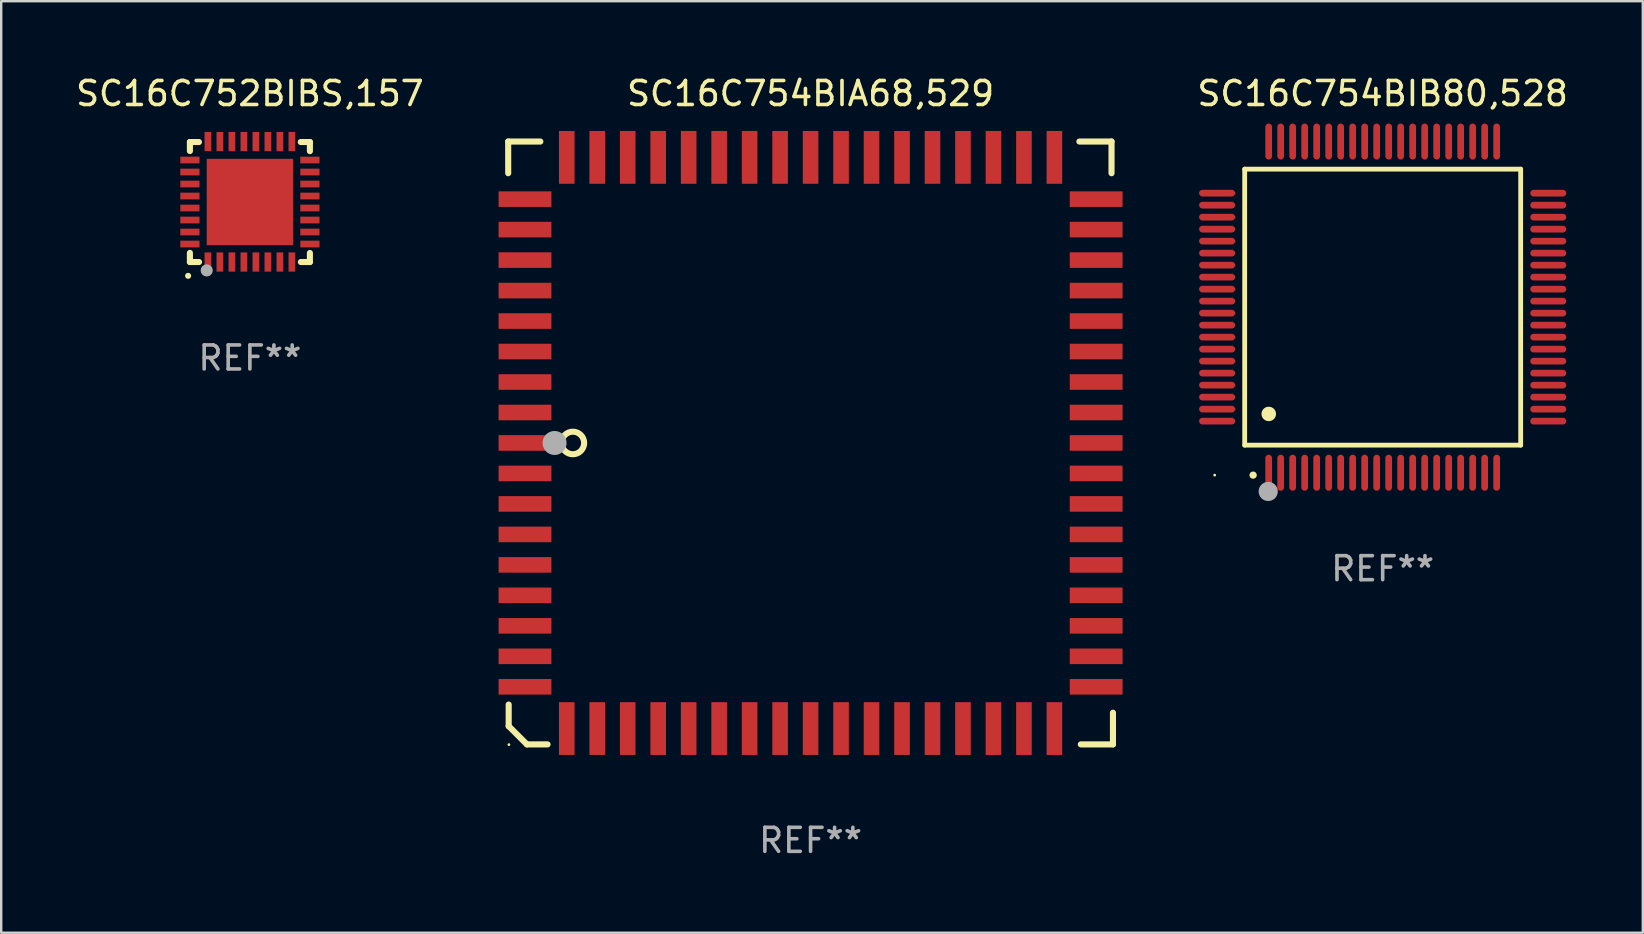
<source format=kicad_pcb>
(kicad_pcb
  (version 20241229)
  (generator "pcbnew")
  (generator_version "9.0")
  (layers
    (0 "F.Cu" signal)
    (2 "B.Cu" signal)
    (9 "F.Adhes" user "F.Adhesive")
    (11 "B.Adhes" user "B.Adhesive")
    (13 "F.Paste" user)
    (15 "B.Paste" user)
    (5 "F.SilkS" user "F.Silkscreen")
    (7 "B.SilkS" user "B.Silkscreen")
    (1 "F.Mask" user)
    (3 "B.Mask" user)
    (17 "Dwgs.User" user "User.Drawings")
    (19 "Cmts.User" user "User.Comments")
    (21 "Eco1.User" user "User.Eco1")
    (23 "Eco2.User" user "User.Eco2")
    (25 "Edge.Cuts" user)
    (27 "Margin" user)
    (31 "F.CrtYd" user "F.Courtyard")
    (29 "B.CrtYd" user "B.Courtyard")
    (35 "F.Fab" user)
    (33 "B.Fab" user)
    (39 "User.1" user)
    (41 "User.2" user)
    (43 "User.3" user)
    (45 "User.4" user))
  (footprint "SC16C754BIA68,529"
    (layer "F.Cu")
    (at 30.726 15.408)
    (property "Reference" "SC16C754BIA68,529" (at 0 -14.56 0) (layer "F.SilkS") (effects (font (size 1 1) (thickness 0.15))))
    (attr through_hole)
    (fp_line (start -12.6 -12.56) (end -12.6 -11.24) (stroke (width 0.254) (type solid)) (layer "F.SilkS"))
    (fp_line (start -12.58 10.9) (end -12.58 11.8) (stroke (width 0.254) (type solid)) (layer "F.SilkS"))
    (fp_line (start -12.58 11.8) (end -11.82 12.56) (stroke (width 0.254) (type solid)) (layer "F.SilkS"))
    (fp_line (start -11.82 12.56) (end -10.96 12.56) (stroke (width 0.254) (type solid)) (layer "F.SilkS"))
    (fp_line (start -11.26 -12.56) (end -12.6 -12.56) (stroke (width 0.254) (type solid)) (layer "F.SilkS"))
    (fp_line (start 11.2 -12.56) (end 12.54 -12.56) (stroke (width 0.254) (type solid)) (layer "F.SilkS"))
    (fp_line (start 11.26 12.56) (end 12.6 12.56) (stroke (width 0.254) (type solid)) (layer "F.SilkS"))
    (fp_line (start 12.54 -12.56) (end 12.54 -11.24) (stroke (width 0.254) (type solid)) (layer "F.SilkS"))
    (fp_line (start 12.6 12.56) (end 12.6 11.24) (stroke (width 0.254) (type solid)) (layer "F.SilkS"))
    (fp_circle (center -12.57 12.57) (end -12.54 12.57) (stroke (width 0.06) (type solid)) (fill no) (layer "F.SilkS"))
    (fp_circle (center -9.906 0) (end -9.436 0) (stroke (width 0.254) (type solid)) (fill no) (layer "F.SilkS"))
    (fp_circle (center -10.668 0) (end -10.418 0) (stroke (width 0.5) (type solid)) (fill no) (layer "F.Fab"))
    (fp_text user "REF**" (at 0 16.56 0) (layer "F.Fab") (effects (font (size 1 1) (thickness 0.15))))
    (pad "1" smd rect (at -11.9 -0.000076 270) (size 0.65 2.2) (layers "F.Cu" "F.Mask" "F.Paste"))
    (pad "2" smd rect (at -11.9 1.27 270) (size 0.65 2.2) (layers "F.Cu" "F.Mask" "F.Paste"))
    (pad "3" smd rect (at -11.9 2.54 270) (size 0.65 2.2) (layers "F.Cu" "F.Mask" "F.Paste"))
    (pad "4" smd rect (at -11.9 3.81 270) (size 0.65 2.2) (layers "F.Cu" "F.Mask" "F.Paste"))
    (pad "5" smd rect (at -11.9 5.08 270) (size 0.65 2.2) (layers "F.Cu" "F.Mask" "F.Paste"))
    (pad "6" smd rect (at -11.9 6.35 270) (size 0.65 2.2) (layers "F.Cu" "F.Mask" "F.Paste"))
    (pad "7" smd rect (at -11.9 7.62 270) (size 0.65 2.2) (layers "F.Cu" "F.Mask" "F.Paste"))
    (pad "8" smd rect (at -11.9 8.89 270) (size 0.65 2.2) (layers "F.Cu" "F.Mask" "F.Paste"))
    (pad "9" smd rect (at -11.9 10.16 270) (size 0.65 2.2) (layers "F.Cu" "F.Mask" "F.Paste"))
    (pad "10" smd rect (at -10.16 11.9 270) (size 2.2 0.65) (layers "F.Cu" "F.Mask" "F.Paste"))
    (pad "11" smd rect (at -8.89 11.9 270) (size 2.2 0.65) (layers "F.Cu" "F.Mask" "F.Paste"))
    (pad "12" smd rect (at -7.62 11.9 270) (size 2.2 0.65) (layers "F.Cu" "F.Mask" "F.Paste"))
    (pad "13" smd rect (at -6.35 11.9 270) (size 2.2 0.65) (layers "F.Cu" "F.Mask" "F.Paste"))
    (pad "14" smd rect (at -5.08 11.9 270) (size 2.2 0.65) (layers "F.Cu" "F.Mask" "F.Paste"))
    (pad "15" smd rect (at -3.81 11.9 270) (size 2.2 0.65) (layers "F.Cu" "F.Mask" "F.Paste"))
    (pad "16" smd rect (at -2.54 11.9 270) (size 2.2 0.65) (layers "F.Cu" "F.Mask" "F.Paste"))
    (pad "17" smd rect (at -1.27 11.9 270) (size 2.2 0.65) (layers "F.Cu" "F.Mask" "F.Paste"))
    (pad "18" smd rect (at 0 11.9 270) (size 2.2 0.65) (layers "F.Cu" "F.Mask" "F.Paste"))
    (pad "19" smd rect (at 1.27 11.9 270) (size 2.2 0.65) (layers "F.Cu" "F.Mask" "F.Paste"))
    (pad "20" smd rect (at 2.54 11.9 270) (size 2.2 0.65) (layers "F.Cu" "F.Mask" "F.Paste"))
    (pad "21" smd rect (at 3.81 11.9 270) (size 2.2 0.65) (layers "F.Cu" "F.Mask" "F.Paste"))
    (pad "22" smd rect (at 5.08 11.9 270) (size 2.2 0.65) (layers "F.Cu" "F.Mask" "F.Paste"))
    (pad "23" smd rect (at 6.35 11.9 270) (size 2.2 0.65) (layers "F.Cu" "F.Mask" "F.Paste"))
    (pad "24" smd rect (at 7.62 11.9 270) (size 2.2 0.65) (layers "F.Cu" "F.Mask" "F.Paste"))
    (pad "25" smd rect (at 8.89 11.9 270) (size 2.2 0.65) (layers "F.Cu" "F.Mask" "F.Paste"))
    (pad "26" smd rect (at 10.16 11.9 270) (size 2.2 0.65) (layers "F.Cu" "F.Mask" "F.Paste"))
    (pad "27" smd rect (at 11.9 10.16 270) (size 0.65 2.2) (layers "F.Cu" "F.Mask" "F.Paste"))
    (pad "28" smd rect (at 11.9 8.89 270) (size 0.65 2.2) (layers "F.Cu" "F.Mask" "F.Paste"))
    (pad "29" smd rect (at 11.9 7.62 270) (size 0.65 2.2) (layers "F.Cu" "F.Mask" "F.Paste"))
    (pad "30" smd rect (at 11.9 6.35 270) (size 0.65 2.2) (layers "F.Cu" "F.Mask" "F.Paste"))
    (pad "31" smd rect (at 11.9 5.08 270) (size 0.65 2.2) (layers "F.Cu" "F.Mask" "F.Paste"))
    (pad "32" smd rect (at 11.9 3.81 270) (size 0.65 2.2) (layers "F.Cu" "F.Mask" "F.Paste"))
    (pad "33" smd rect (at 11.9 2.54 270) (size 0.65 2.2) (layers "F.Cu" "F.Mask" "F.Paste"))
    (pad "34" smd rect (at 11.9 1.27 270) (size 0.65 2.2) (layers "F.Cu" "F.Mask" "F.Paste"))
    (pad "35" smd rect (at 11.9 -0.000076 270) (size 0.65 2.2) (layers "F.Cu" "F.Mask" "F.Paste"))
    (pad "36" smd rect (at 11.9 -1.27 270) (size 0.65 2.2) (layers "F.Cu" "F.Mask" "F.Paste"))
    (pad "37" smd rect (at 11.9 -2.54 270) (size 0.65 2.2) (layers "F.Cu" "F.Mask" "F.Paste"))
    (pad "38" smd rect (at 11.9 -3.81 270) (size 0.65 2.2) (layers "F.Cu" "F.Mask" "F.Paste"))
    (pad "39" smd rect (at 11.9 -5.08 270) (size 0.65 2.2) (layers "F.Cu" "F.Mask" "F.Paste"))
    (pad "40" smd rect (at 11.9 -6.35 270) (size 0.65 2.2) (layers "F.Cu" "F.Mask" "F.Paste"))
    (pad "41" smd rect (at 11.9 -7.62 270) (size 0.65 2.2) (layers "F.Cu" "F.Mask" "F.Paste"))
    (pad "42" smd rect (at 11.9 -8.89 270) (size 0.65 2.2) (layers "F.Cu" "F.Mask" "F.Paste"))
    (pad "43" smd rect (at 11.9 -10.16 270) (size 0.65 2.2) (layers "F.Cu" "F.Mask" "F.Paste"))
    (pad "44" smd rect (at 10.16 -11.9 270) (size 2.2 0.65) (layers "F.Cu" "F.Mask" "F.Paste"))
    (pad "45" smd rect (at 8.89 -11.9 270) (size 2.2 0.65) (layers "F.Cu" "F.Mask" "F.Paste"))
    (pad "46" smd rect (at 7.62 -11.9 270) (size 2.2 0.65) (layers "F.Cu" "F.Mask" "F.Paste"))
    (pad "47" smd rect (at 6.35 -11.9 270) (size 2.2 0.65) (layers "F.Cu" "F.Mask" "F.Paste"))
    (pad "48" smd rect (at 5.08 -11.9 270) (size 2.2 0.65) (layers "F.Cu" "F.Mask" "F.Paste"))
    (pad "49" smd rect (at 3.81 -11.9 270) (size 2.2 0.65) (layers "F.Cu" "F.Mask" "F.Paste"))
    (pad "50" smd rect (at 2.54 -11.9 270) (size 2.2 0.65) (layers "F.Cu" "F.Mask" "F.Paste"))
    (pad "51" smd rect (at 1.27 -11.9 270) (size 2.2 0.65) (layers "F.Cu" "F.Mask" "F.Paste"))
    (pad "52" smd rect (at 0 -11.9 270) (size 2.2 0.65) (layers "F.Cu" "F.Mask" "F.Paste"))
    (pad "53" smd rect (at -1.27 -11.9 270) (size 2.2 0.65) (layers "F.Cu" "F.Mask" "F.Paste"))
    (pad "54" smd rect (at -2.54 -11.9 270) (size 2.2 0.65) (layers "F.Cu" "F.Mask" "F.Paste"))
    (pad "55" smd rect (at -3.81 -11.9 270) (size 2.2 0.65) (layers "F.Cu" "F.Mask" "F.Paste"))
    (pad "56" smd rect (at -5.08 -11.9 270) (size 2.2 0.65) (layers "F.Cu" "F.Mask" "F.Paste"))
    (pad "57" smd rect (at -6.35 -11.9 270) (size 2.2 0.65) (layers "F.Cu" "F.Mask" "F.Paste"))
    (pad "58" smd rect (at -7.62 -11.9 270) (size 2.2 0.65) (layers "F.Cu" "F.Mask" "F.Paste"))
    (pad "59" smd rect (at -8.89 -11.9 270) (size 2.2 0.65) (layers "F.Cu" "F.Mask" "F.Paste"))
    (pad "60" smd rect (at -10.16 -11.9 270) (size 2.2 0.65) (layers "F.Cu" "F.Mask" "F.Paste"))
    (pad "61" smd rect (at -11.9 -10.16 270) (size 0.65 2.2) (layers "F.Cu" "F.Mask" "F.Paste"))
    (pad "62" smd rect (at -11.9 -8.89 270) (size 0.65 2.2) (layers "F.Cu" "F.Mask" "F.Paste"))
    (pad "63" smd rect (at -11.9 -7.62 270) (size 0.65 2.2) (layers "F.Cu" "F.Mask" "F.Paste"))
    (pad "64" smd rect (at -11.9 -6.35 270) (size 0.65 2.2) (layers "F.Cu" "F.Mask" "F.Paste"))
    (pad "65" smd rect (at -11.9 -5.08 270) (size 0.65 2.2) (layers "F.Cu" "F.Mask" "F.Paste"))
    (pad "66" smd rect (at -11.9 -3.81 270) (size 0.65 2.2) (layers "F.Cu" "F.Mask" "F.Paste"))
    (pad "67" smd rect (at -11.9 -2.54 270) (size 0.65 2.2) (layers "F.Cu" "F.Mask" "F.Paste"))
    (pad "68" smd rect (at -11.9 -1.27 270) (size 0.65 2.2) (layers "F.Cu" "F.Mask" "F.Paste")))
  (footprint "SC16C752BIBS,157"
    (layer "F.Cu")
    (at 7.363 5.358)
    (property "Reference" "SC16C752BIBS,157" (at 0 -4.51 0) (layer "F.SilkS") (effects (font (size 1 1) (thickness 0.15))))
    (attr through_hole)
    (fp_line (start -2.5 -2.49) (end -2.124 -2.49) (stroke (width 0.254) (type solid)) (layer "F.SilkS"))
    (fp_line (start -2.5 -2.114) (end -2.5 -2.49) (stroke (width 0.254) (type solid)) (layer "F.SilkS"))
    (fp_line (start -2.5 2.51) (end -2.5 2.129) (stroke (width 0.254) (type solid)) (layer "F.SilkS"))
    (fp_line (start -2.5 2.51) (end -2.119 2.51) (stroke (width 0.254) (type solid)) (layer "F.SilkS"))
    (fp_line (start 2.119 -2.49) (end 2.5 -2.49) (stroke (width 0.254) (type solid)) (layer "F.SilkS"))
    (fp_line (start 2.124 2.51) (end 2.5 2.51) (stroke (width 0.254) (type solid)) (layer "F.SilkS"))
    (fp_line (start 2.5 -2.49) (end 2.5 -2.109) (stroke (width 0.254) (type solid)) (layer "F.SilkS"))
    (fp_line (start 2.5 2.134) (end 2.5 2.51) (stroke (width 0.254) (type solid)) (layer "F.SilkS"))
    (fp_arc (start -2.57554 3.086005) (mid -2.57427 3.085999) (end -2.573 3.086005) (stroke (width 0.25) (type solid)) (layer "F.SilkS"))
    (fp_circle (center -2.5 2.5) (end -2.45 2.5) (stroke (width 0.1) (type solid)) (fill no) (layer "F.SilkS"))
    (fp_circle (center -1.8 2.86) (end -1.673 2.86) (stroke (width 0.254) (type solid)) (fill no) (layer "F.Fab"))
    (fp_text user "REF**" (at 0 6.51 0) (layer "F.Fab") (effects (font (size 1 1) (thickness 0.15))))
    (pad "1" smd rect (at -1.75 2.51) (size 0.28 0.8) (layers "F.Cu" "F.Mask" "F.Paste"))
    (pad "2" smd rect (at -1.25 2.51) (size 0.28 0.8) (layers "F.Cu" "F.Mask" "F.Paste"))
    (pad "3" smd rect (at -0.75 2.51) (size 0.28 0.8) (layers "F.Cu" "F.Mask" "F.Paste"))
    (pad "4" smd rect (at -0.25 2.51) (size 0.28 0.8) (layers "F.Cu" "F.Mask" "F.Paste"))
    (pad "5" smd rect (at 0.25 2.51) (size 0.28 0.8) (layers "F.Cu" "F.Mask" "F.Paste"))
    (pad "6" smd rect (at 0.75 2.51) (size 0.28 0.8) (layers "F.Cu" "F.Mask" "F.Paste"))
    (pad "7" smd rect (at 1.25 2.51) (size 0.28 0.8) (layers "F.Cu" "F.Mask" "F.Paste"))
    (pad "8" smd rect (at 1.75 2.51) (size 0.28 0.8) (layers "F.Cu" "F.Mask" "F.Paste"))
    (pad "9" smd rect (at 2.5 1.76) (size 0.8 0.28) (layers "F.Cu" "F.Mask" "F.Paste"))
    (pad "10" smd rect (at 2.5 1.26) (size 0.8 0.28) (layers "F.Cu" "F.Mask" "F.Paste"))
    (pad "11" smd rect (at 2.5 0.76) (size 0.8 0.28) (layers "F.Cu" "F.Mask" "F.Paste"))
    (pad "12" smd rect (at 2.5 0.26) (size 0.8 0.28) (layers "F.Cu" "F.Mask" "F.Paste"))
    (pad "13" smd rect (at 2.5 -0.24) (size 0.8 0.28) (layers "F.Cu" "F.Mask" "F.Paste"))
    (pad "14" smd rect (at 2.5 -0.74) (size 0.8 0.28) (layers "F.Cu" "F.Mask" "F.Paste"))
    (pad "15" smd rect (at 2.5 -1.24) (size 0.8 0.28) (layers "F.Cu" "F.Mask" "F.Paste"))
    (pad "16" smd rect (at 2.5 -1.74) (size 0.8 0.28) (layers "F.Cu" "F.Mask" "F.Paste"))
    (pad "17" smd rect (at 1.75 -2.51) (size 0.28 0.8) (layers "F.Cu" "F.Mask" "F.Paste"))
    (pad "18" smd rect (at 1.25 -2.51) (size 0.28 0.8) (layers "F.Cu" "F.Mask" "F.Paste"))
    (pad "19" smd rect (at 0.75 -2.51) (size 0.28 0.8) (layers "F.Cu" "F.Mask" "F.Paste"))
    (pad "20" smd rect (at 0.25 -2.51) (size 0.28 0.8) (layers "F.Cu" "F.Mask" "F.Paste"))
    (pad "21" smd rect (at -0.25 -2.51) (size 0.28 0.8) (layers "F.Cu" "F.Mask" "F.Paste"))
    (pad "22" smd rect (at -0.75 -2.51) (size 0.28 0.8) (layers "F.Cu" "F.Mask" "F.Paste"))
    (pad "23" smd rect (at -1.25 -2.51) (size 0.28 0.8) (layers "F.Cu" "F.Mask" "F.Paste"))
    (pad "24" smd rect (at -1.75 -2.51) (size 0.28 0.8) (layers "F.Cu" "F.Mask" "F.Paste"))
    (pad "25" smd rect (at -2.5 -1.74) (size 0.8 0.28) (layers "F.Cu" "F.Mask" "F.Paste"))
    (pad "26" smd rect (at -2.5 -1.24) (size 0.8 0.28) (layers "F.Cu" "F.Mask" "F.Paste"))
    (pad "27" smd rect (at -2.5 -0.74) (size 0.8 0.28) (layers "F.Cu" "F.Mask" "F.Paste"))
    (pad "28" smd rect (at -2.5 -0.24) (size 0.8 0.28) (layers "F.Cu" "F.Mask" "F.Paste"))
    (pad "29" smd rect (at -2.5 0.26) (size 0.8 0.28) (layers "F.Cu" "F.Mask" "F.Paste"))
    (pad "30" smd rect (at -2.5 0.76) (size 0.8 0.28) (layers "F.Cu" "F.Mask" "F.Paste"))
    (pad "31" smd rect (at -2.5 1.26) (size 0.8 0.28) (layers "F.Cu" "F.Mask" "F.Paste"))
    (pad "32" smd rect (at -2.5 1.76) (size 0.8 0.28) (layers "F.Cu" "F.Mask" "F.Paste"))
    (pad "33" smd rect (at 0.000102 0.01) (size 3.6 3.6) (layers "F.Cu" "F.Mask" "F.Paste")))
  (footprint "SC16C754BIB80,528"
    (layer "F.Cu")
    (at 54.565 9.748)
    (property "Reference" "SC16C754BIB80,528" (at 0 -8.9 0) (layer "F.SilkS") (effects (font (size 1 1) (thickness 0.15))))
    (attr through_hole)
    (fp_line (start -5.75 -5.75) (end 5.75 -5.75) (stroke (width 0.2) (type solid)) (layer "F.SilkS"))
    (fp_line (start -5.75 5.75) (end -5.75 -5.75) (stroke (width 0.2) (type solid)) (layer "F.SilkS"))
    (fp_line (start 5.75 -5.75) (end 5.75 5.75) (stroke (width 0.2) (type solid)) (layer "F.SilkS"))
    (fp_line (start 5.75 5.75) (end -5.75 5.75) (stroke (width 0.2) (type solid)) (layer "F.SilkS"))
    (fp_arc (start -5.400051 7.000254) (mid -5.398781 7.000249) (end -5.397511 7.000254) (stroke (width 0.3) (type solid)) (layer "F.SilkS"))
    (fp_arc (start -4.749809 4.450089) (mid -4.747269 4.450078) (end -4.744729 4.450089) (stroke (width 0.6) (type solid)) (layer "F.SilkS"))
    (fp_circle (center -7 7) (end -6.97 7) (stroke (width 0.06) (type solid)) (fill no) (layer "F.SilkS"))
    (fp_circle (center -4.77 7.68) (end -4.57 7.68) (stroke (width 0.4) (type solid)) (fill no) (layer "F.Fab"))
    (fp_text user "REF**" (at 0 10.9 0) (layer "F.Fab") (effects (font (size 1 1) (thickness 0.15))))
    (pad "1" smd oval (at -4.75 6.9) (size 0.28 1.5) (layers "F.Cu" "F.Mask" "F.Paste"))
    (pad "2" smd oval (at -4.25 6.9) (size 0.28 1.5) (layers "F.Cu" "F.Mask" "F.Paste"))
    (pad "3" smd oval (at -3.75 6.9) (size 0.28 1.5) (layers "F.Cu" "F.Mask" "F.Paste"))
    (pad "4" smd oval (at -3.25 6.9) (size 0.28 1.5) (layers "F.Cu" "F.Mask" "F.Paste"))
    (pad "5" smd oval (at -2.75 6.9) (size 0.28 1.5) (layers "F.Cu" "F.Mask" "F.Paste"))
    (pad "6" smd oval (at -2.25 6.9) (size 0.28 1.5) (layers "F.Cu" "F.Mask" "F.Paste"))
    (pad "7" smd oval (at -1.75 6.9) (size 0.28 1.5) (layers "F.Cu" "F.Mask" "F.Paste"))
    (pad "8" smd oval (at -1.25 6.9) (size 0.28 1.5) (layers "F.Cu" "F.Mask" "F.Paste"))
    (pad "9" smd oval (at -0.75 6.9) (size 0.28 1.5) (layers "F.Cu" "F.Mask" "F.Paste"))
    (pad "10" smd oval (at -0.25 6.9) (size 0.28 1.5) (layers "F.Cu" "F.Mask" "F.Paste"))
    (pad "11" smd oval (at 0.25 6.9) (size 0.28 1.5) (layers "F.Cu" "F.Mask" "F.Paste"))
    (pad "12" smd oval (at 0.75 6.9) (size 0.28 1.5) (layers "F.Cu" "F.Mask" "F.Paste"))
    (pad "13" smd oval (at 1.25 6.9) (size 0.28 1.5) (layers "F.Cu" "F.Mask" "F.Paste"))
    (pad "14" smd oval (at 1.75 6.9) (size 0.28 1.5) (layers "F.Cu" "F.Mask" "F.Paste"))
    (pad "15" smd oval (at 2.25 6.9) (size 0.28 1.5) (layers "F.Cu" "F.Mask" "F.Paste"))
    (pad "16" smd oval (at 2.75 6.9) (size 0.28 1.5) (layers "F.Cu" "F.Mask" "F.Paste"))
    (pad "17" smd oval (at 3.25 6.9) (size 0.28 1.5) (layers "F.Cu" "F.Mask" "F.Paste"))
    (pad "18" smd oval (at 3.75 6.9) (size 0.28 1.5) (layers "F.Cu" "F.Mask" "F.Paste"))
    (pad "19" smd oval (at 4.25 6.9) (size 0.28 1.5) (layers "F.Cu" "F.Mask" "F.Paste"))
    (pad "20" smd oval (at 4.75 6.9) (size 0.28 1.5) (layers "F.Cu" "F.Mask" "F.Paste"))
    (pad "21" smd oval (at 6.9 4.75) (size 1.5 0.28) (layers "F.Cu" "F.Mask" "F.Paste"))
    (pad "22" smd oval (at 6.9 4.25) (size 1.5 0.28) (layers "F.Cu" "F.Mask" "F.Paste"))
    (pad "23" smd oval (at 6.9 3.75) (size 1.5 0.28) (layers "F.Cu" "F.Mask" "F.Paste"))
    (pad "24" smd oval (at 6.9 3.25) (size 1.5 0.28) (layers "F.Cu" "F.Mask" "F.Paste"))
    (pad "25" smd oval (at 6.9 2.75) (size 1.5 0.28) (layers "F.Cu" "F.Mask" "F.Paste"))
    (pad "26" smd oval (at 6.9 2.25) (size 1.5 0.28) (layers "F.Cu" "F.Mask" "F.Paste"))
    (pad "27" smd oval (at 6.9 1.75) (size 1.5 0.28) (layers "F.Cu" "F.Mask" "F.Paste"))
    (pad "28" smd oval (at 6.9 1.25) (size 1.5 0.28) (layers "F.Cu" "F.Mask" "F.Paste"))
    (pad "29" smd oval (at 6.9 0.75) (size 1.5 0.28) (layers "F.Cu" "F.Mask" "F.Paste"))
    (pad "30" smd oval (at 6.9 0.25) (size 1.5 0.28) (layers "F.Cu" "F.Mask" "F.Paste"))
    (pad "31" smd oval (at 6.9 -0.25) (size 1.5 0.28) (layers "F.Cu" "F.Mask" "F.Paste"))
    (pad "32" smd oval (at 6.9 -0.75) (size 1.5 0.28) (layers "F.Cu" "F.Mask" "F.Paste"))
    (pad "33" smd oval (at 6.9 -1.25) (size 1.5 0.28) (layers "F.Cu" "F.Mask" "F.Paste"))
    (pad "34" smd oval (at 6.9 -1.75) (size 1.5 0.28) (layers "F.Cu" "F.Mask" "F.Paste"))
    (pad "35" smd oval (at 6.9 -2.25) (size 1.5 0.28) (layers "F.Cu" "F.Mask" "F.Paste"))
    (pad "36" smd oval (at 6.9 -2.75) (size 1.5 0.28) (layers "F.Cu" "F.Mask" "F.Paste"))
    (pad "37" smd oval (at 6.9 -3.25) (size 1.5 0.28) (layers "F.Cu" "F.Mask" "F.Paste"))
    (pad "38" smd oval (at 6.9 -3.75) (size 1.5 0.28) (layers "F.Cu" "F.Mask" "F.Paste"))
    (pad "39" smd oval (at 6.9 -4.25) (size 1.5 0.28) (layers "F.Cu" "F.Mask" "F.Paste"))
    (pad "40" smd oval (at 6.9 -4.75) (size 1.5 0.28) (layers "F.Cu" "F.Mask" "F.Paste"))
    (pad "41" smd oval (at 4.75 -6.9) (size 0.28 1.5) (layers "F.Cu" "F.Mask" "F.Paste"))
    (pad "42" smd oval (at 4.25 -6.9) (size 0.28 1.5) (layers "F.Cu" "F.Mask" "F.Paste"))
    (pad "43" smd oval (at 3.75 -6.9) (size 0.28 1.5) (layers "F.Cu" "F.Mask" "F.Paste"))
    (pad "44" smd oval (at 3.25 -6.9) (size 0.28 1.5) (layers "F.Cu" "F.Mask" "F.Paste"))
    (pad "45" smd oval (at 2.75 -6.9) (size 0.28 1.5) (layers "F.Cu" "F.Mask" "F.Paste"))
    (pad "46" smd oval (at 2.25 -6.9) (size 0.28 1.5) (layers "F.Cu" "F.Mask" "F.Paste"))
    (pad "47" smd oval (at 1.75 -6.9) (size 0.28 1.5) (layers "F.Cu" "F.Mask" "F.Paste"))
    (pad "48" smd oval (at 1.25 -6.9) (size 0.28 1.5) (layers "F.Cu" "F.Mask" "F.Paste"))
    (pad "49" smd oval (at 0.75 -6.9) (size 0.28 1.5) (layers "F.Cu" "F.Mask" "F.Paste"))
    (pad "50" smd oval (at 0.25 -6.9) (size 0.28 1.5) (layers "F.Cu" "F.Mask" "F.Paste"))
    (pad "51" smd oval (at -0.25 -6.9) (size 0.28 1.5) (layers "F.Cu" "F.Mask" "F.Paste"))
    (pad "52" smd oval (at -0.75 -6.9) (size 0.28 1.5) (layers "F.Cu" "F.Mask" "F.Paste"))
    (pad "53" smd oval (at -1.25 -6.9) (size 0.28 1.5) (layers "F.Cu" "F.Mask" "F.Paste"))
    (pad "54" smd oval (at -1.75 -6.9) (size 0.28 1.5) (layers "F.Cu" "F.Mask" "F.Paste"))
    (pad "55" smd oval (at -2.25 -6.9) (size 0.28 1.5) (layers "F.Cu" "F.Mask" "F.Paste"))
    (pad "56" smd oval (at -2.75 -6.9) (size 0.28 1.5) (layers "F.Cu" "F.Mask" "F.Paste"))
    (pad "57" smd oval (at -3.25 -6.9) (size 0.28 1.5) (layers "F.Cu" "F.Mask" "F.Paste"))
    (pad "58" smd oval (at -3.75 -6.9) (size 0.28 1.5) (layers "F.Cu" "F.Mask" "F.Paste"))
    (pad "59" smd oval (at -4.25 -6.9) (size 0.28 1.5) (layers "F.Cu" "F.Mask" "F.Paste"))
    (pad "60" smd oval (at -4.75 -6.9) (size 0.28 1.5) (layers "F.Cu" "F.Mask" "F.Paste"))
    (pad "61" smd oval (at -6.9 -4.75) (size 1.5 0.28) (layers "F.Cu" "F.Mask" "F.Paste"))
    (pad "62" smd oval (at -6.9 -4.25) (size 1.5 0.28) (layers "F.Cu" "F.Mask" "F.Paste"))
    (pad "63" smd oval (at -6.9 -3.75) (size 1.5 0.28) (layers "F.Cu" "F.Mask" "F.Paste"))
    (pad "64" smd oval (at -6.9 -3.25) (size 1.5 0.28) (layers "F.Cu" "F.Mask" "F.Paste"))
    (pad "65" smd oval (at -6.9 -2.75) (size 1.5 0.28) (layers "F.Cu" "F.Mask" "F.Paste"))
    (pad "66" smd oval (at -6.9 -2.25) (size 1.5 0.28) (layers "F.Cu" "F.Mask" "F.Paste"))
    (pad "67" smd oval (at -6.9 -1.75) (size 1.5 0.28) (layers "F.Cu" "F.Mask" "F.Paste"))
    (pad "68" smd oval (at -6.9 -1.25) (size 1.5 0.28) (layers "F.Cu" "F.Mask" "F.Paste"))
    (pad "69" smd oval (at -6.9 -0.75) (size 1.5 0.28) (layers "F.Cu" "F.Mask" "F.Paste"))
    (pad "70" smd oval (at -6.9 -0.25) (size 1.5 0.28) (layers "F.Cu" "F.Mask" "F.Paste"))
    (pad "71" smd oval (at -6.9 0.25) (size 1.5 0.28) (layers "F.Cu" "F.Mask" "F.Paste"))
    (pad "72" smd oval (at -6.9 0.75) (size 1.5 0.28) (layers "F.Cu" "F.Mask" "F.Paste"))
    (pad "73" smd oval (at -6.9 1.25) (size 1.5 0.28) (layers "F.Cu" "F.Mask" "F.Paste"))
    (pad "74" smd oval (at -6.9 1.75) (size 1.5 0.28) (layers "F.Cu" "F.Mask" "F.Paste"))
    (pad "75" smd oval (at -6.9 2.25) (size 1.5 0.28) (layers "F.Cu" "F.Mask" "F.Paste"))
    (pad "76" smd oval (at -6.9 2.75) (size 1.5 0.28) (layers "F.Cu" "F.Mask" "F.Paste"))
    (pad "77" smd oval (at -6.9 3.25) (size 1.5 0.28) (layers "F.Cu" "F.Mask" "F.Paste"))
    (pad "78" smd oval (at -6.9 3.75) (size 1.5 0.28) (layers "F.Cu" "F.Mask" "F.Paste"))
    (pad "79" smd oval (at -6.9 4.25) (size 1.5 0.28) (layers "F.Cu" "F.Mask" "F.Paste"))
    (pad "80" smd oval (at -6.9 4.75) (size 1.5 0.28) (layers "F.Cu" "F.Mask" "F.Paste")))
  (gr_rect
    (start -3 -3)
    (end 65.404 35.816)
    (stroke (width 0.1) (type default))
    (fill no)
    (layer "Edge.Cuts")))
</source>
